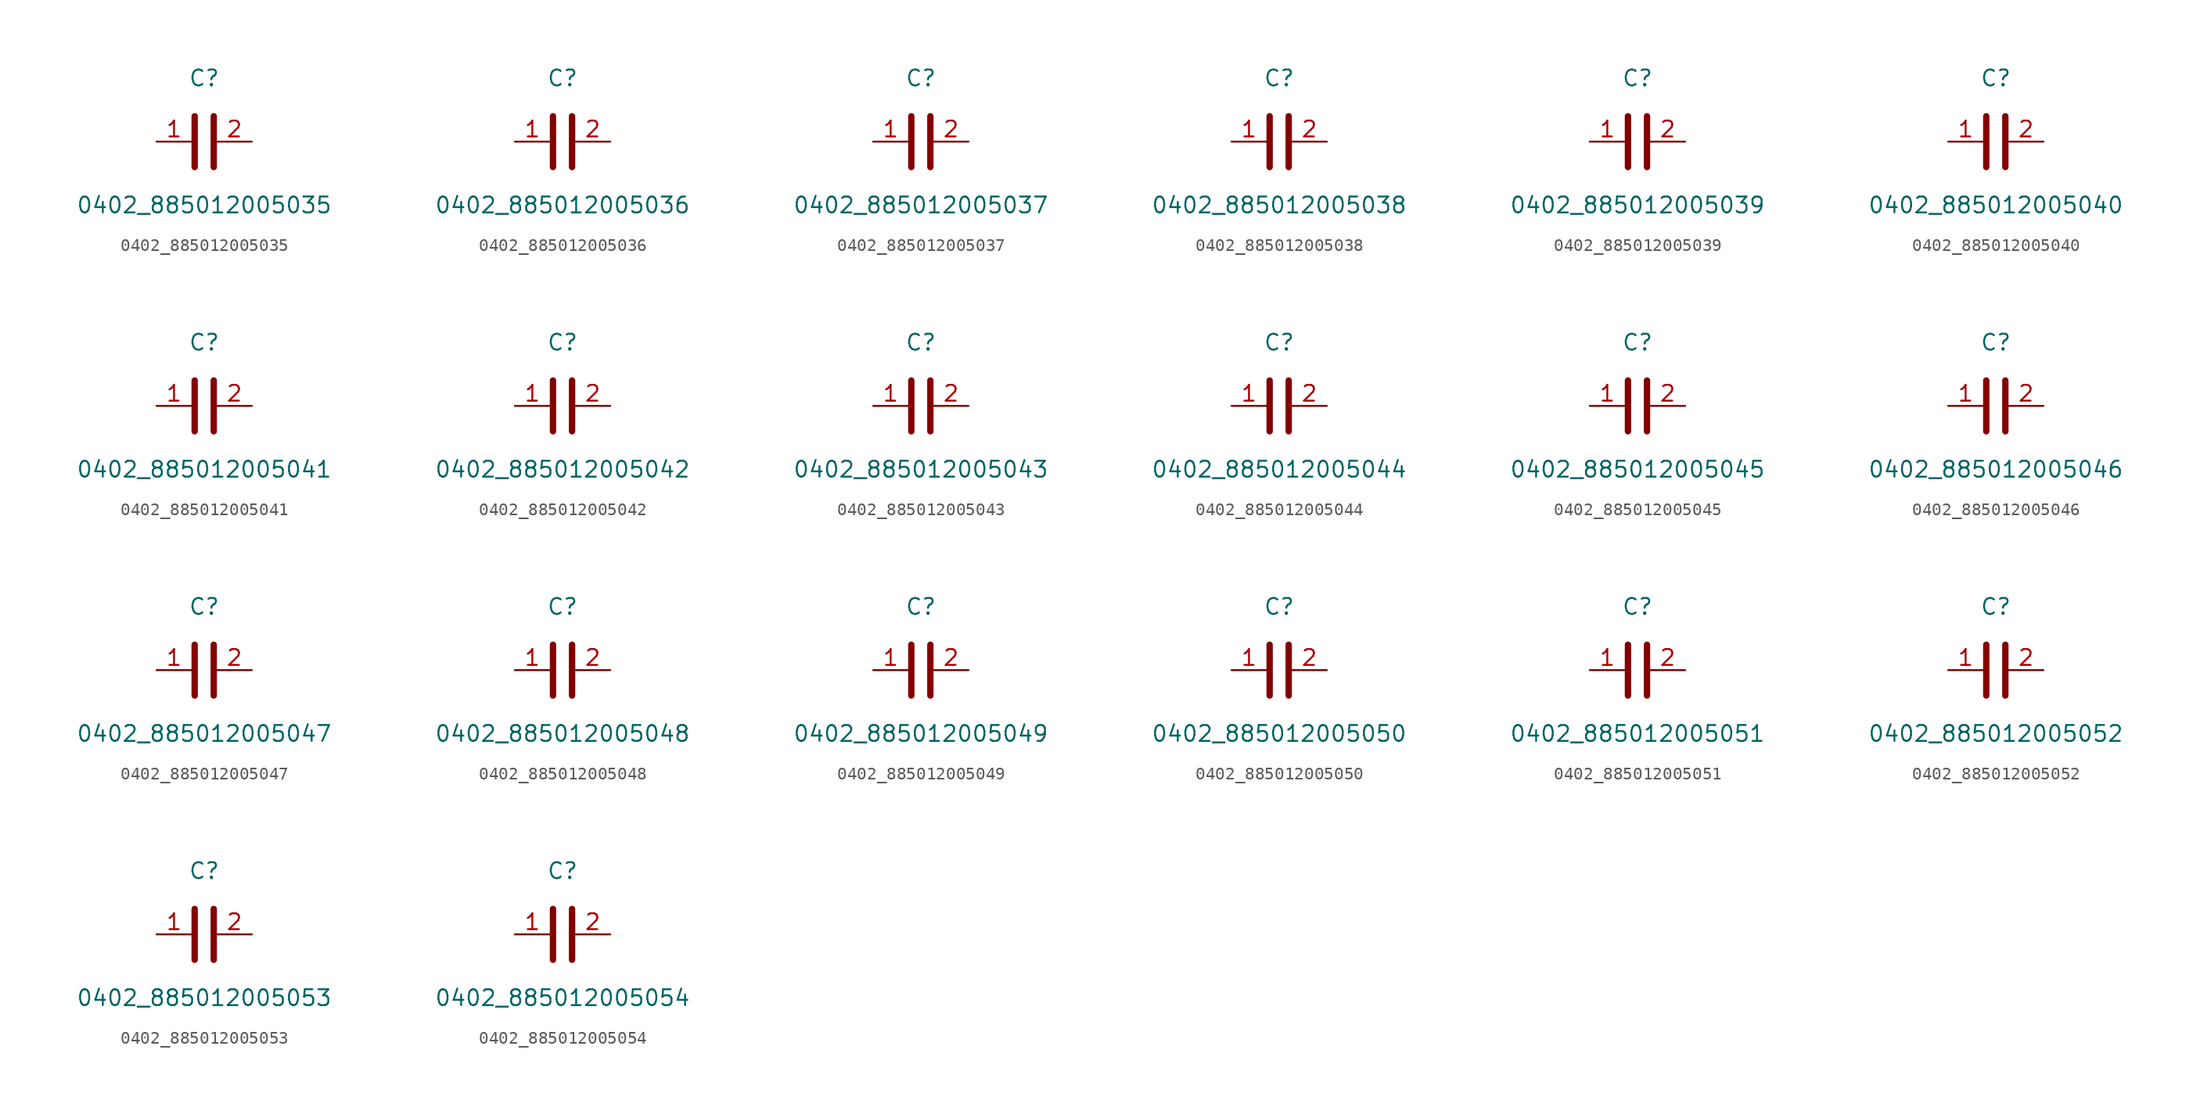
<source format=kicad_sym>
(kicad_symbol_lib
  (version 20220914)
  (generator kicad_symbol_editor)
  (symbol "0402_885012005035"
    (pin_names hide)
    (property "Reference" "C"
      (at 0 5.08 0)
      (effects (font (size 1.27 1.27))))
    (property "Value" "0402_885012005035"
      (at 0 -5.08 0)
      (effects (font (size 1.27 1.27))))
    (symbol "0402_885012005035_0_1"
      (polyline (pts (xy -0.762 -2.032) (xy -0.762 2.032)) (stroke (width 0.508) (type default)) (fill (type none)))
      (polyline (pts (xy 0.762 -2.032) (xy 0.762 2.032)) (stroke (width 0.508) (type default)) (fill (type none))))
    (symbol "0402_885012005035_1_1"
      (pin passive line (at -3.81 0 0) (length 2.794) (name "1" (effects (font (size 1.27 1.27)))) (number "1" (effects (font (size 1.27 1.27)))))
      (pin passive line (at 3.81 0 180) (length 2.794) (name "2" (effects (font (size 1.27 1.27)))) (number "2" (effects (font (size 1.27 1.27)))))))
  (symbol "0402_885012005036"
    (pin_names hide)
    (property "Reference" "C"
      (at 0 5.08 0)
      (effects (font (size 1.27 1.27))))
    (property "Value" "0402_885012005036"
      (at 0 -5.08 0)
      (effects (font (size 1.27 1.27))))
    (symbol "0402_885012005036_0_1"
      (polyline (pts (xy -0.762 -2.032) (xy -0.762 2.032)) (stroke (width 0.508) (type default)) (fill (type none)))
      (polyline (pts (xy 0.762 -2.032) (xy 0.762 2.032)) (stroke (width 0.508) (type default)) (fill (type none))))
    (symbol "0402_885012005036_1_1"
      (pin passive line (at -3.81 0 0) (length 2.794) (name "1" (effects (font (size 1.27 1.27)))) (number "1" (effects (font (size 1.27 1.27)))))
      (pin passive line (at 3.81 0 180) (length 2.794) (name "2" (effects (font (size 1.27 1.27)))) (number "2" (effects (font (size 1.27 1.27)))))))
  (symbol "0402_885012005037"
    (pin_names hide)
    (property "Reference" "C"
      (at 0 5.08 0)
      (effects (font (size 1.27 1.27))))
    (property "Value" "0402_885012005037"
      (at 0 -5.08 0)
      (effects (font (size 1.27 1.27))))
    (symbol "0402_885012005037_0_1"
      (polyline (pts (xy -0.762 -2.032) (xy -0.762 2.032)) (stroke (width 0.508) (type default)) (fill (type none)))
      (polyline (pts (xy 0.762 -2.032) (xy 0.762 2.032)) (stroke (width 0.508) (type default)) (fill (type none))))
    (symbol "0402_885012005037_1_1"
      (pin passive line (at -3.81 0 0) (length 2.794) (name "1" (effects (font (size 1.27 1.27)))) (number "1" (effects (font (size 1.27 1.27)))))
      (pin passive line (at 3.81 0 180) (length 2.794) (name "2" (effects (font (size 1.27 1.27)))) (number "2" (effects (font (size 1.27 1.27)))))))
  (symbol "0402_885012005038"
    (pin_names hide)
    (property "Reference" "C"
      (at 0 5.08 0)
      (effects (font (size 1.27 1.27))))
    (property "Value" "0402_885012005038"
      (at 0 -5.08 0)
      (effects (font (size 1.27 1.27))))
    (symbol "0402_885012005038_0_1"
      (polyline (pts (xy -0.762 -2.032) (xy -0.762 2.032)) (stroke (width 0.508) (type default)) (fill (type none)))
      (polyline (pts (xy 0.762 -2.032) (xy 0.762 2.032)) (stroke (width 0.508) (type default)) (fill (type none))))
    (symbol "0402_885012005038_1_1"
      (pin passive line (at -3.81 0 0) (length 2.794) (name "1" (effects (font (size 1.27 1.27)))) (number "1" (effects (font (size 1.27 1.27)))))
      (pin passive line (at 3.81 0 180) (length 2.794) (name "2" (effects (font (size 1.27 1.27)))) (number "2" (effects (font (size 1.27 1.27)))))))
  (symbol "0402_885012005039"
    (pin_names hide)
    (property "Reference" "C"
      (at 0 5.08 0)
      (effects (font (size 1.27 1.27))))
    (property "Value" "0402_885012005039"
      (at 0 -5.08 0)
      (effects (font (size 1.27 1.27))))
    (symbol "0402_885012005039_0_1"
      (polyline (pts (xy -0.762 -2.032) (xy -0.762 2.032)) (stroke (width 0.508) (type default)) (fill (type none)))
      (polyline (pts (xy 0.762 -2.032) (xy 0.762 2.032)) (stroke (width 0.508) (type default)) (fill (type none))))
    (symbol "0402_885012005039_1_1"
      (pin passive line (at -3.81 0 0) (length 2.794) (name "1" (effects (font (size 1.27 1.27)))) (number "1" (effects (font (size 1.27 1.27)))))
      (pin passive line (at 3.81 0 180) (length 2.794) (name "2" (effects (font (size 1.27 1.27)))) (number "2" (effects (font (size 1.27 1.27)))))))
  (symbol "0402_885012005040"
    (pin_names hide)
    (property "Reference" "C"
      (at 0 5.08 0)
      (effects (font (size 1.27 1.27))))
    (property "Value" "0402_885012005040"
      (at 0 -5.08 0)
      (effects (font (size 1.27 1.27))))
    (symbol "0402_885012005040_0_1"
      (polyline (pts (xy -0.762 -2.032) (xy -0.762 2.032)) (stroke (width 0.508) (type default)) (fill (type none)))
      (polyline (pts (xy 0.762 -2.032) (xy 0.762 2.032)) (stroke (width 0.508) (type default)) (fill (type none))))
    (symbol "0402_885012005040_1_1"
      (pin passive line (at -3.81 0 0) (length 2.794) (name "1" (effects (font (size 1.27 1.27)))) (number "1" (effects (font (size 1.27 1.27)))))
      (pin passive line (at 3.81 0 180) (length 2.794) (name "2" (effects (font (size 1.27 1.27)))) (number "2" (effects (font (size 1.27 1.27)))))))
  (symbol "0402_885012005041"
    (pin_names hide)
    (property "Reference" "C"
      (at 0 5.08 0)
      (effects (font (size 1.27 1.27))))
    (property "Value" "0402_885012005041"
      (at 0 -5.08 0)
      (effects (font (size 1.27 1.27))))
    (symbol "0402_885012005041_0_1"
      (polyline (pts (xy -0.762 -2.032) (xy -0.762 2.032)) (stroke (width 0.508) (type default)) (fill (type none)))
      (polyline (pts (xy 0.762 -2.032) (xy 0.762 2.032)) (stroke (width 0.508) (type default)) (fill (type none))))
    (symbol "0402_885012005041_1_1"
      (pin passive line (at -3.81 0 0) (length 2.794) (name "1" (effects (font (size 1.27 1.27)))) (number "1" (effects (font (size 1.27 1.27)))))
      (pin passive line (at 3.81 0 180) (length 2.794) (name "2" (effects (font (size 1.27 1.27)))) (number "2" (effects (font (size 1.27 1.27)))))))
  (symbol "0402_885012005042"
    (pin_names hide)
    (property "Reference" "C"
      (at 0 5.08 0)
      (effects (font (size 1.27 1.27))))
    (property "Value" "0402_885012005042"
      (at 0 -5.08 0)
      (effects (font (size 1.27 1.27))))
    (symbol "0402_885012005042_0_1"
      (polyline (pts (xy -0.762 -2.032) (xy -0.762 2.032)) (stroke (width 0.508) (type default)) (fill (type none)))
      (polyline (pts (xy 0.762 -2.032) (xy 0.762 2.032)) (stroke (width 0.508) (type default)) (fill (type none))))
    (symbol "0402_885012005042_1_1"
      (pin passive line (at -3.81 0 0) (length 2.794) (name "1" (effects (font (size 1.27 1.27)))) (number "1" (effects (font (size 1.27 1.27)))))
      (pin passive line (at 3.81 0 180) (length 2.794) (name "2" (effects (font (size 1.27 1.27)))) (number "2" (effects (font (size 1.27 1.27)))))))
  (symbol "0402_885012005043"
    (pin_names hide)
    (property "Reference" "C"
      (at 0 5.08 0)
      (effects (font (size 1.27 1.27))))
    (property "Value" "0402_885012005043"
      (at 0 -5.08 0)
      (effects (font (size 1.27 1.27))))
    (symbol "0402_885012005043_0_1"
      (polyline (pts (xy -0.762 -2.032) (xy -0.762 2.032)) (stroke (width 0.508) (type default)) (fill (type none)))
      (polyline (pts (xy 0.762 -2.032) (xy 0.762 2.032)) (stroke (width 0.508) (type default)) (fill (type none))))
    (symbol "0402_885012005043_1_1"
      (pin passive line (at -3.81 0 0) (length 2.794) (name "1" (effects (font (size 1.27 1.27)))) (number "1" (effects (font (size 1.27 1.27)))))
      (pin passive line (at 3.81 0 180) (length 2.794) (name "2" (effects (font (size 1.27 1.27)))) (number "2" (effects (font (size 1.27 1.27)))))))
  (symbol "0402_885012005044"
    (pin_names hide)
    (property "Reference" "C"
      (at 0 5.08 0)
      (effects (font (size 1.27 1.27))))
    (property "Value" "0402_885012005044"
      (at 0 -5.08 0)
      (effects (font (size 1.27 1.27))))
    (symbol "0402_885012005044_0_1"
      (polyline (pts (xy -0.762 -2.032) (xy -0.762 2.032)) (stroke (width 0.508) (type default)) (fill (type none)))
      (polyline (pts (xy 0.762 -2.032) (xy 0.762 2.032)) (stroke (width 0.508) (type default)) (fill (type none))))
    (symbol "0402_885012005044_1_1"
      (pin passive line (at -3.81 0 0) (length 2.794) (name "1" (effects (font (size 1.27 1.27)))) (number "1" (effects (font (size 1.27 1.27)))))
      (pin passive line (at 3.81 0 180) (length 2.794) (name "2" (effects (font (size 1.27 1.27)))) (number "2" (effects (font (size 1.27 1.27)))))))
  (symbol "0402_885012005045"
    (pin_names hide)
    (property "Reference" "C"
      (at 0 5.08 0)
      (effects (font (size 1.27 1.27))))
    (property "Value" "0402_885012005045"
      (at 0 -5.08 0)
      (effects (font (size 1.27 1.27))))
    (symbol "0402_885012005045_0_1"
      (polyline (pts (xy -0.762 -2.032) (xy -0.762 2.032)) (stroke (width 0.508) (type default)) (fill (type none)))
      (polyline (pts (xy 0.762 -2.032) (xy 0.762 2.032)) (stroke (width 0.508) (type default)) (fill (type none))))
    (symbol "0402_885012005045_1_1"
      (pin passive line (at -3.81 0 0) (length 2.794) (name "1" (effects (font (size 1.27 1.27)))) (number "1" (effects (font (size 1.27 1.27)))))
      (pin passive line (at 3.81 0 180) (length 2.794) (name "2" (effects (font (size 1.27 1.27)))) (number "2" (effects (font (size 1.27 1.27)))))))
  (symbol "0402_885012005046"
    (pin_names hide)
    (property "Reference" "C"
      (at 0 5.08 0)
      (effects (font (size 1.27 1.27))))
    (property "Value" "0402_885012005046"
      (at 0 -5.08 0)
      (effects (font (size 1.27 1.27))))
    (symbol "0402_885012005046_0_1"
      (polyline (pts (xy -0.762 -2.032) (xy -0.762 2.032)) (stroke (width 0.508) (type default)) (fill (type none)))
      (polyline (pts (xy 0.762 -2.032) (xy 0.762 2.032)) (stroke (width 0.508) (type default)) (fill (type none))))
    (symbol "0402_885012005046_1_1"
      (pin passive line (at -3.81 0 0) (length 2.794) (name "1" (effects (font (size 1.27 1.27)))) (number "1" (effects (font (size 1.27 1.27)))))
      (pin passive line (at 3.81 0 180) (length 2.794) (name "2" (effects (font (size 1.27 1.27)))) (number "2" (effects (font (size 1.27 1.27)))))))
  (symbol "0402_885012005047"
    (pin_names hide)
    (property "Reference" "C"
      (at 0 5.08 0)
      (effects (font (size 1.27 1.27))))
    (property "Value" "0402_885012005047"
      (at 0 -5.08 0)
      (effects (font (size 1.27 1.27))))
    (symbol "0402_885012005047_0_1"
      (polyline (pts (xy -0.762 -2.032) (xy -0.762 2.032)) (stroke (width 0.508) (type default)) (fill (type none)))
      (polyline (pts (xy 0.762 -2.032) (xy 0.762 2.032)) (stroke (width 0.508) (type default)) (fill (type none))))
    (symbol "0402_885012005047_1_1"
      (pin passive line (at -3.81 0 0) (length 2.794) (name "1" (effects (font (size 1.27 1.27)))) (number "1" (effects (font (size 1.27 1.27)))))
      (pin passive line (at 3.81 0 180) (length 2.794) (name "2" (effects (font (size 1.27 1.27)))) (number "2" (effects (font (size 1.27 1.27)))))))
  (symbol "0402_885012005048"
    (pin_names hide)
    (property "Reference" "C"
      (at 0 5.08 0)
      (effects (font (size 1.27 1.27))))
    (property "Value" "0402_885012005048"
      (at 0 -5.08 0)
      (effects (font (size 1.27 1.27))))
    (symbol "0402_885012005048_0_1"
      (polyline (pts (xy -0.762 -2.032) (xy -0.762 2.032)) (stroke (width 0.508) (type default)) (fill (type none)))
      (polyline (pts (xy 0.762 -2.032) (xy 0.762 2.032)) (stroke (width 0.508) (type default)) (fill (type none))))
    (symbol "0402_885012005048_1_1"
      (pin passive line (at -3.81 0 0) (length 2.794) (name "1" (effects (font (size 1.27 1.27)))) (number "1" (effects (font (size 1.27 1.27)))))
      (pin passive line (at 3.81 0 180) (length 2.794) (name "2" (effects (font (size 1.27 1.27)))) (number "2" (effects (font (size 1.27 1.27)))))))
  (symbol "0402_885012005049"
    (pin_names hide)
    (property "Reference" "C"
      (at 0 5.08 0)
      (effects (font (size 1.27 1.27))))
    (property "Value" "0402_885012005049"
      (at 0 -5.08 0)
      (effects (font (size 1.27 1.27))))
    (symbol "0402_885012005049_0_1"
      (polyline (pts (xy -0.762 -2.032) (xy -0.762 2.032)) (stroke (width 0.508) (type default)) (fill (type none)))
      (polyline (pts (xy 0.762 -2.032) (xy 0.762 2.032)) (stroke (width 0.508) (type default)) (fill (type none))))
    (symbol "0402_885012005049_1_1"
      (pin passive line (at -3.81 0 0) (length 2.794) (name "1" (effects (font (size 1.27 1.27)))) (number "1" (effects (font (size 1.27 1.27)))))
      (pin passive line (at 3.81 0 180) (length 2.794) (name "2" (effects (font (size 1.27 1.27)))) (number "2" (effects (font (size 1.27 1.27)))))))
  (symbol "0402_885012005050"
    (pin_names hide)
    (property "Reference" "C"
      (at 0 5.08 0)
      (effects (font (size 1.27 1.27))))
    (property "Value" "0402_885012005050"
      (at 0 -5.08 0)
      (effects (font (size 1.27 1.27))))
    (symbol "0402_885012005050_0_1"
      (polyline (pts (xy -0.762 -2.032) (xy -0.762 2.032)) (stroke (width 0.508) (type default)) (fill (type none)))
      (polyline (pts (xy 0.762 -2.032) (xy 0.762 2.032)) (stroke (width 0.508) (type default)) (fill (type none))))
    (symbol "0402_885012005050_1_1"
      (pin passive line (at -3.81 0 0) (length 2.794) (name "1" (effects (font (size 1.27 1.27)))) (number "1" (effects (font (size 1.27 1.27)))))
      (pin passive line (at 3.81 0 180) (length 2.794) (name "2" (effects (font (size 1.27 1.27)))) (number "2" (effects (font (size 1.27 1.27)))))))
  (symbol "0402_885012005051"
    (pin_names hide)
    (property "Reference" "C"
      (at 0 5.08 0)
      (effects (font (size 1.27 1.27))))
    (property "Value" "0402_885012005051"
      (at 0 -5.08 0)
      (effects (font (size 1.27 1.27))))
    (symbol "0402_885012005051_0_1"
      (polyline (pts (xy -0.762 -2.032) (xy -0.762 2.032)) (stroke (width 0.508) (type default)) (fill (type none)))
      (polyline (pts (xy 0.762 -2.032) (xy 0.762 2.032)) (stroke (width 0.508) (type default)) (fill (type none))))
    (symbol "0402_885012005051_1_1"
      (pin passive line (at -3.81 0 0) (length 2.794) (name "1" (effects (font (size 1.27 1.27)))) (number "1" (effects (font (size 1.27 1.27)))))
      (pin passive line (at 3.81 0 180) (length 2.794) (name "2" (effects (font (size 1.27 1.27)))) (number "2" (effects (font (size 1.27 1.27)))))))
  (symbol "0402_885012005052"
    (pin_names hide)
    (property "Reference" "C"
      (at 0 5.08 0)
      (effects (font (size 1.27 1.27))))
    (property "Value" "0402_885012005052"
      (at 0 -5.08 0)
      (effects (font (size 1.27 1.27))))
    (symbol "0402_885012005052_0_1"
      (polyline (pts (xy -0.762 -2.032) (xy -0.762 2.032)) (stroke (width 0.508) (type default)) (fill (type none)))
      (polyline (pts (xy 0.762 -2.032) (xy 0.762 2.032)) (stroke (width 0.508) (type default)) (fill (type none))))
    (symbol "0402_885012005052_1_1"
      (pin passive line (at -3.81 0 0) (length 2.794) (name "1" (effects (font (size 1.27 1.27)))) (number "1" (effects (font (size 1.27 1.27)))))
      (pin passive line (at 3.81 0 180) (length 2.794) (name "2" (effects (font (size 1.27 1.27)))) (number "2" (effects (font (size 1.27 1.27)))))))
  (symbol "0402_885012005053"
    (pin_names hide)
    (property "Reference" "C"
      (at 0 5.08 0)
      (effects (font (size 1.27 1.27))))
    (property "Value" "0402_885012005053"
      (at 0 -5.08 0)
      (effects (font (size 1.27 1.27))))
    (symbol "0402_885012005053_0_1"
      (polyline (pts (xy -0.762 -2.032) (xy -0.762 2.032)) (stroke (width 0.508) (type default)) (fill (type none)))
      (polyline (pts (xy 0.762 -2.032) (xy 0.762 2.032)) (stroke (width 0.508) (type default)) (fill (type none))))
    (symbol "0402_885012005053_1_1"
      (pin passive line (at -3.81 0 0) (length 2.794) (name "1" (effects (font (size 1.27 1.27)))) (number "1" (effects (font (size 1.27 1.27)))))
      (pin passive line (at 3.81 0 180) (length 2.794) (name "2" (effects (font (size 1.27 1.27)))) (number "2" (effects (font (size 1.27 1.27)))))))
  (symbol "0402_885012005054"
    (pin_names hide)
    (property "Reference" "C"
      (at 0 5.08 0)
      (effects (font (size 1.27 1.27))))
    (property "Value" "0402_885012005054"
      (at 0 -5.08 0)
      (effects (font (size 1.27 1.27))))
    (symbol "0402_885012005054_0_1"
      (polyline (pts (xy -0.762 -2.032) (xy -0.762 2.032)) (stroke (width 0.508) (type default)) (fill (type none)))
      (polyline (pts (xy 0.762 -2.032) (xy 0.762 2.032)) (stroke (width 0.508) (type default)) (fill (type none))))
    (symbol "0402_885012005054_1_1"
      (pin passive line (at -3.81 0 0) (length 2.794) (name "1" (effects (font (size 1.27 1.27)))) (number "1" (effects (font (size 1.27 1.27)))))
      (pin passive line (at 3.81 0 180) (length 2.794) (name "2" (effects (font (size 1.27 1.27)))) (number "2" (effects (font (size 1.27 1.27))))))))
</source>
